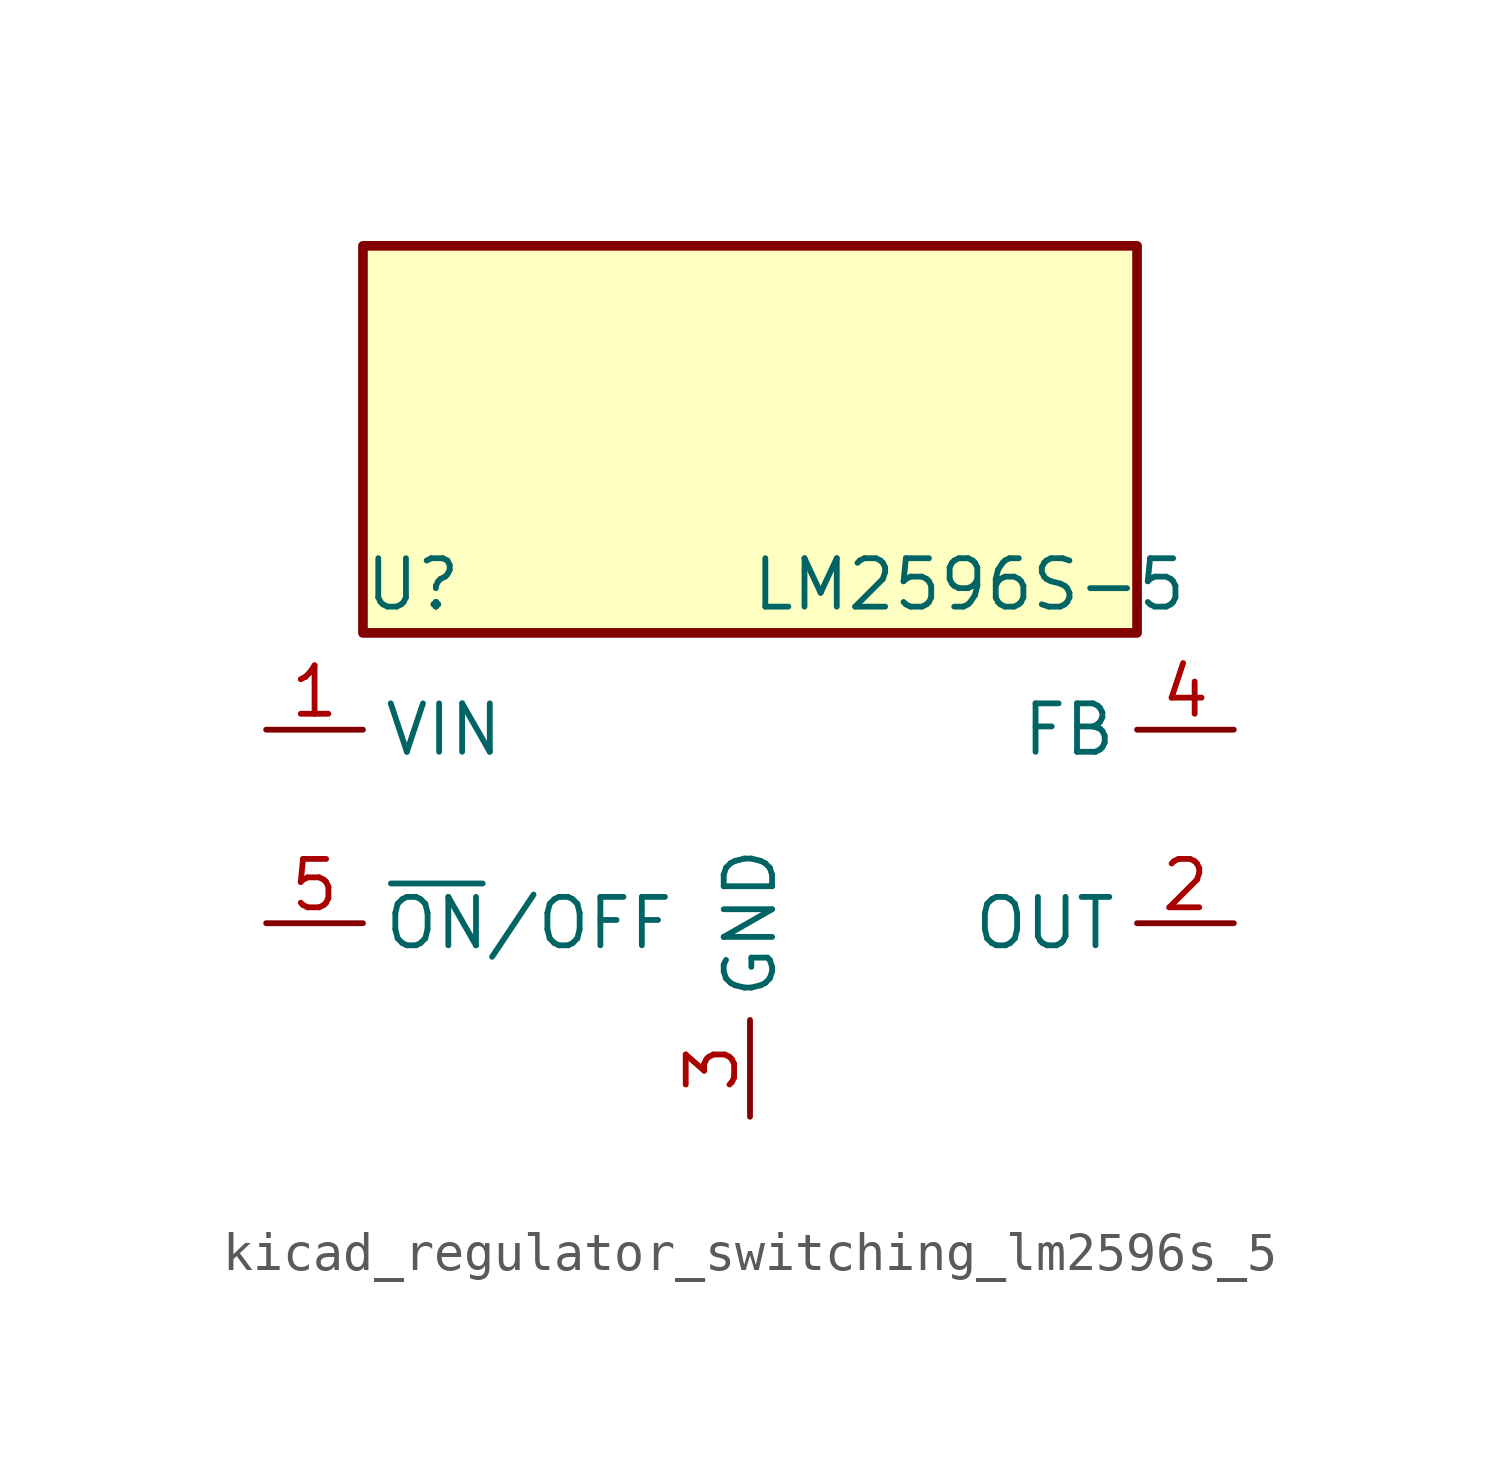
<source format=kicad_sym>
(kicad_symbol_lib
  (version 20220914)
  (generator kicad_symbol_editor)
  (symbol "kicad_regulator_switching_lm2596s_5"
    (property "Reference" "U"
      (at -10.16 6.35 0)
      (effects (font (size 1.27 1.27)) (justify left)))
    (property "Value" "LM2596S-5"
      (at 0 6.35 0)
      (effects (font (size 1.27 1.27)) (justify left)))
    (symbol "kicad_regulator_switching_lm2596s_5_0_1"
      (rectangle (start 10.16 15.24) (end -10.16 5.08) (stroke (width 0.254) (type default)) (fill (type background))))
    (symbol "kicad_regulator_switching_lm2596s_5_1_1"
      (pin power_in line (at -12.7 2.54 0) (length 2.54) (name "VIN" (effects (font (size 1.27 1.27)))) (number "1" (effects (font (size 1.27 1.27)))))
      (pin output line (at 12.7 -2.54 180) (length 2.54) (name "OUT" (effects (font (size 1.27 1.27)))) (number "2" (effects (font (size 1.27 1.27)))))
      (pin power_in line (at 0 -7.62 90) (length 2.54) (name "GND" (effects (font (size 1.27 1.27)))) (number "3" (effects (font (size 1.27 1.27)))))
      (pin input line (at 12.7 2.54 180) (length 2.54) (name "FB" (effects (font (size 1.27 1.27)))) (number "4" (effects (font (size 1.27 1.27)))))
      (pin input line (at -12.7 -2.54 0) (length 2.54) (name "~{ON}/OFF" (effects (font (size 1.27 1.27)))) (number "5" (effects (font (size 1.27 1.27))))))))
</source>
